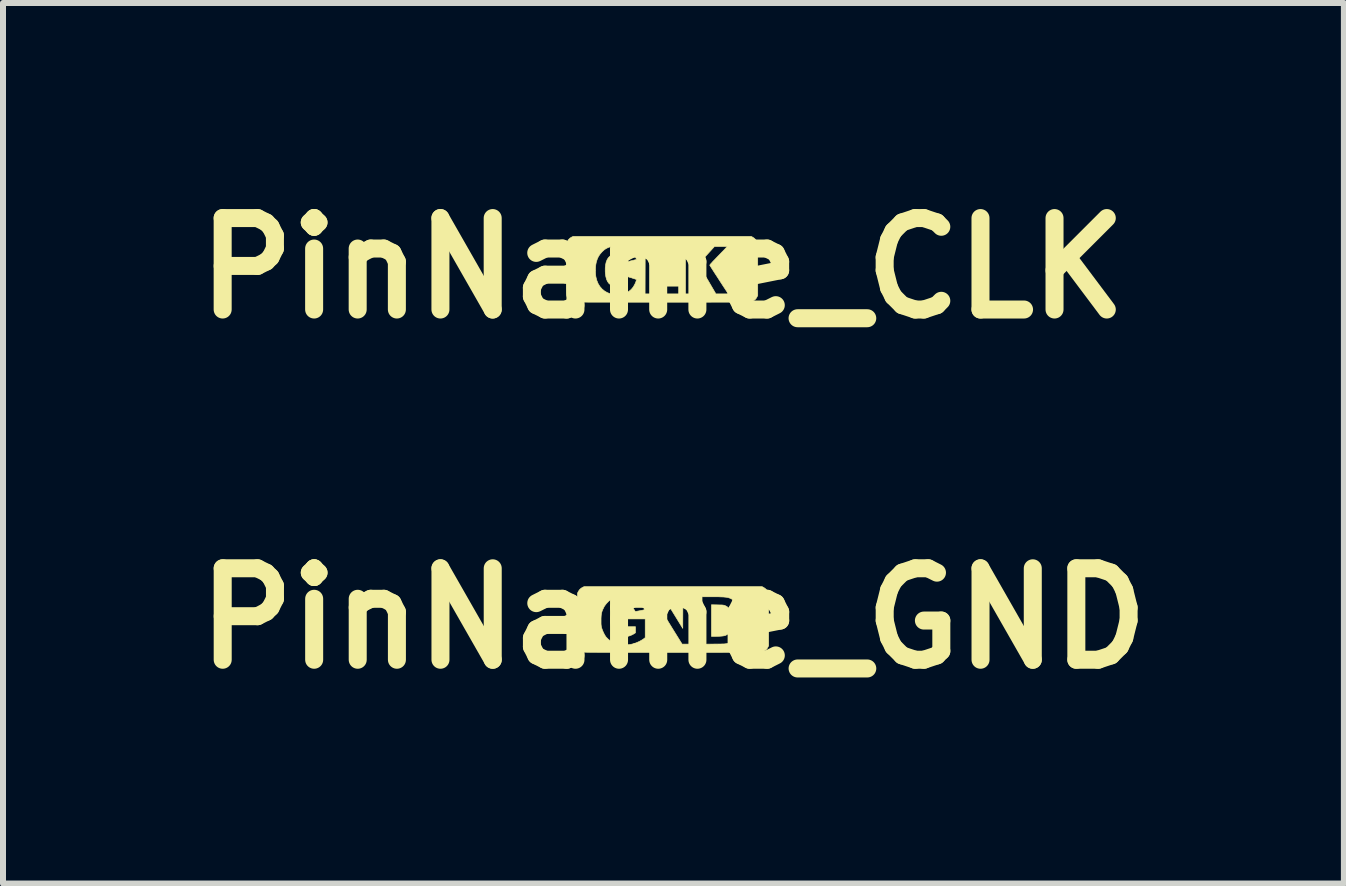
<source format=kicad_pcb>
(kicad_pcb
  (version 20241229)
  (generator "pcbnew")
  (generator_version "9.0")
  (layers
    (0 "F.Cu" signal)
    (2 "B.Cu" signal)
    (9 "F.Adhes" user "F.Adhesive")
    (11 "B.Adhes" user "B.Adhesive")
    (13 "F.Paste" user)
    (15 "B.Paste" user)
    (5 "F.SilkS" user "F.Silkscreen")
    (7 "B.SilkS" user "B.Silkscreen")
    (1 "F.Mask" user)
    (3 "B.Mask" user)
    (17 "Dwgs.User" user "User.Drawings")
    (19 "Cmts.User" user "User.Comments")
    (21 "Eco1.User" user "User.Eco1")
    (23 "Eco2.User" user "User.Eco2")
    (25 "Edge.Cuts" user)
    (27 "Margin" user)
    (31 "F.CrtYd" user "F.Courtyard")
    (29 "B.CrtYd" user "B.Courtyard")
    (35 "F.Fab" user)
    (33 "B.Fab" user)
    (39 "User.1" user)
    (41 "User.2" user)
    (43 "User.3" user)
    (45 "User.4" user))
  (footprint "PinName_GND"
    (layer "F.Cu")
    (at 8.172 7.254)
    (property "Reference" "PinName_GND" (at 0 0 0) (layer "F.SilkS") (effects (font (size 1.524 1.524) (thickness 0.3))))
    (attr through_hole)
    (fp_poly (pts (xy 0.733 -0.225) (xy 0.767 -0.224) (xy 0.793 -0.224) (xy 0.813 -0.223) (xy 0.828 -0.221) (xy 0.84 -0.219) (xy 0.85 -0.217) (xy 0.859 -0.213) (xy 0.891 -0.197) (xy 0.918 -0.173) (xy 0.939 -0.143) (xy 0.955 -0.106) (xy 0.957 -0.1) (xy 0.961 -0.082) (xy 0.965 -0.056) (xy 0.967 -0.025) (xy 0.969 0.009) (xy 0.97 0.044) (xy 0.969 0.078) (xy 0.968 0.108) (xy 0.965 0.134) (xy 0.964 0.141) (xy 0.955 0.18) (xy 0.944 0.212) (xy 0.93 0.237) (xy 0.912 0.256) (xy 0.89 0.272) (xy 0.88 0.277) (xy 0.866 0.284) (xy 0.852 0.288) (xy 0.837 0.291) (xy 0.817 0.294) (xy 0.796 0.296) (xy 0.767 0.298) (xy 0.734 0.299) (xy 0.702 0.3) (xy 0.687 0.3) (xy 0.633 0.3) (xy 0.633 -0.227) (xy 0.733 -0.225)) (stroke (width 0.01) (type solid)) (fill yes) (layer "F.SilkS"))
    (fp_poly (pts (xy 1.502 -0.516) (xy 1.531 -0.496) (xy 1.557 -0.469) (xy 1.573 -0.442) (xy 1.586 -0.418) (xy 1.586 0.455) (xy 1.575 0.477) (xy 1.566 0.493) (xy 1.557 0.508) (xy 1.552 0.514) (xy 1.537 0.528) (xy 1.516 0.543) (xy 1.493 0.555) (xy 1.475 0.563) (xy 1.471 0.563) (xy 1.463 0.564) (xy 1.45 0.564) (xy 1.432 0.565) (xy 1.41 0.565) (xy 1.382 0.565) (xy 1.349 0.566) (xy 1.31 0.566) (xy 1.265 0.566) (xy 1.214 0.567) (xy 1.156 0.567) (xy 1.092 0.567) (xy 1.022 0.567) (xy 0.944 0.567) (xy 0.858 0.567) (xy 0.766 0.568) (xy 0.665 0.568) (xy 0.557 0.568) (xy 0.44 0.568) (xy 0.315 0.568) (xy 0.181 0.568) (xy 0.038 0.568) (xy -0.012 0.568) (xy -0.15 0.568) (xy -0.279 0.568) (xy -0.4 0.568) (xy -0.512 0.568) (xy -0.616 0.568) (xy -0.713 0.568) (xy -0.802 0.568) (xy -0.884 0.567) (xy -0.959 0.567) (xy -1.028 0.567) (xy -1.09 0.567) (xy -1.147 0.567) (xy -1.198 0.567) (xy -1.243 0.567) (xy -1.284 0.566) (xy -1.32 0.566) (xy -1.352 0.566) (xy -1.379 0.566) (xy -1.403 0.565) (xy -1.423 0.565) (xy -1.44 0.565) (xy -1.455 0.564) (xy -1.466 0.564) (xy -1.476 0.563) (xy -1.483 0.562) (xy -1.489 0.562) (xy -1.494 0.561) (xy -1.497 0.56) (xy -1.5 0.56) (xy -1.502 0.559) (xy -1.503 0.559) (xy -1.537 0.542) (xy -1.563 0.52) (xy -1.575 0.505) (xy -1.579 0.498) (xy -1.583 0.491) (xy -1.587 0.485) (xy -1.59 0.479) (xy -1.593 0.471) (xy -1.595 0.462) (xy -1.597 0.45) (xy -1.598 0.436) (xy -1.6 0.418) (xy -1.601 0.396) (xy -1.601 0.369) (xy -1.602 0.338) (xy -1.602 0.3) (xy -1.602 0.257) (xy -1.602 0.206) (xy -1.602 0.148) (xy -1.602 0.081) (xy -1.601 0.03) (xy -1.207 0.03) (xy -1.207 0.062) (xy -1.207 0.087) (xy -1.206 0.106) (xy -1.204 0.122) (xy -1.202 0.136) (xy -1.199 0.151) (xy -1.197 0.157) (xy -1.187 0.187) (xy -1.174 0.219) (xy -1.159 0.251) (xy -1.143 0.281) (xy -1.127 0.305) (xy -1.121 0.313) (xy -1.083 0.351) (xy -1.039 0.383) (xy -0.988 0.409) (xy -0.932 0.428) (xy -0.883 0.439) (xy -0.855 0.441) (xy -0.821 0.442) (xy -0.784 0.441) (xy -0.748 0.438) (xy -0.714 0.433) (xy -0.688 0.428) (xy -0.626 0.409) (xy -0.568 0.384) (xy -0.517 0.355) (xy -0.493 0.338) (xy -0.471 0.321) (xy -0.471 0.009) (xy -0.817 0.009) (xy -0.817 0.139) (xy -0.633 0.139) (xy -0.633 0.24) (xy -0.657 0.256) (xy -0.687 0.273) (xy -0.723 0.288) (xy -0.761 0.3) (xy -0.791 0.306) (xy -0.815 0.308) (xy -0.834 0.308) (xy -0.854 0.305) (xy -0.865 0.303) (xy -0.898 0.295) (xy -0.924 0.284) (xy -0.948 0.269) (xy -0.972 0.248) (xy -0.975 0.245) (xy -0.998 0.219) (xy -1.016 0.191) (xy -1.029 0.16) (xy -1.039 0.124) (xy -1.044 0.082) (xy -1.047 0.048) (xy -1.046 -0.009) (xy -1.039 -0.06) (xy -1.026 -0.105) (xy -1.006 -0.145) (xy -0.98 -0.177) (xy -0.948 -0.203) (xy -0.911 -0.222) (xy -0.868 -0.234) (xy -0.856 -0.236) (xy -0.81 -0.238) (xy -0.769 -0.233) (xy -0.732 -0.22) (xy -0.699 -0.2) (xy -0.673 -0.173) (xy -0.655 -0.145) (xy -0.647 -0.131) (xy -0.639 -0.12) (xy -0.633 -0.116) (xy -0.633 -0.115) (xy -0.625 -0.116) (xy -0.61 -0.119) (xy -0.591 -0.122) (xy -0.569 -0.126) (xy -0.546 -0.13) (xy -0.525 -0.135) (xy -0.507 -0.138) (xy -0.494 -0.142) (xy -0.488 -0.143) (xy -0.488 -0.144) (xy -0.487 -0.149) (xy -0.489 -0.161) (xy -0.494 -0.176) (xy -0.514 -0.223) (xy -0.541 -0.264) (xy -0.575 -0.299) (xy -0.616 -0.327) (xy -0.662 -0.349) (xy -0.698 -0.36) (xy -0.323 -0.36) (xy -0.323 0.429) (xy -0.176 0.429) (xy -0.174 0.173) (xy -0.173 -0.084) (xy -0.015 0.173) (xy 0.144 0.429) (xy 0.305 0.429) (xy 0.305 -0.36) (xy 0.476 -0.36) (xy 0.476 0.43) (xy 0.671 0.428) (xy 0.719 0.428) (xy 0.759 0.427) (xy 0.791 0.427) (xy 0.817 0.426) (xy 0.838 0.426) (xy 0.855 0.425) (xy 0.868 0.423) (xy 0.879 0.422) (xy 0.889 0.42) (xy 0.898 0.418) (xy 0.902 0.417) (xy 0.952 0.398) (xy 0.996 0.373) (xy 1.035 0.341) (xy 1.067 0.302) (xy 1.093 0.256) (xy 1.113 0.203) (xy 1.127 0.144) (xy 1.134 0.078) (xy 1.135 0.069) (xy 1.135 0.000051) (xy 1.128 -0.064) (xy 1.115 -0.124) (xy 1.096 -0.177) (xy 1.07 -0.225) (xy 1.038 -0.267) (xy 1.001 -0.301) (xy 0.982 -0.315) (xy 0.965 -0.325) (xy 0.949 -0.333) (xy 0.931 -0.34) (xy 0.911 -0.346) (xy 0.888 -0.351) (xy 0.861 -0.354) (xy 0.829 -0.357) (xy 0.792 -0.358) (xy 0.748 -0.36) (xy 0.696 -0.36) (xy 0.648 -0.36) (xy 0.476 -0.36) (xy 0.305 -0.36) (xy 0.157 -0.36) (xy 0.156 -0.097) (xy 0.155 0.167) (xy -0.007 -0.097) (xy -0.168 -0.36) (xy -0.323 -0.36) (xy -0.698 -0.36) (xy -0.701 -0.361) (xy -0.731 -0.367) (xy -0.767 -0.37) (xy -0.806 -0.372) (xy -0.846 -0.372) (xy -0.884 -0.369) (xy -0.916 -0.365) (xy -0.926 -0.363) (xy -0.981 -0.346) (xy -1.031 -0.321) (xy -1.077 -0.289) (xy -1.116 -0.249) (xy -1.15 -0.204) (xy -1.166 -0.173) (xy -1.18 -0.144) (xy -1.19 -0.118) (xy -1.197 -0.094) (xy -1.202 -0.068) (xy -1.205 -0.038) (xy -1.207 -0.003) (xy -1.207 0.03) (xy -1.601 0.03) (xy -1.601 0.011) (xy -1.6 -0.418) (xy -1.588 -0.443) (xy -1.568 -0.475) (xy -1.541 -0.501) (xy -1.515 -0.517) (xy -1.489 -0.529) (xy 1.476 -0.529) (xy 1.502 -0.516)) (stroke (width 0.01) (type solid)) (fill yes) (layer "F.SilkS")))
  (footprint "PinName_CLK"
    (layer "F.Cu")
    (at 7.99 1.418)
    (property "Reference" "PinName_CLK" (at 0 0 0) (layer "F.SilkS") (effects (font (size 1.524 1.524) (thickness 0.3))))
    (attr through_hole)
    (fp_poly (pts (xy 1.502 -0.516) (xy 1.531 -0.496) (xy 1.557 -0.469) (xy 1.573 -0.442) (xy 1.586 -0.418) (xy 1.586 0.455) (xy 1.575 0.477) (xy 1.566 0.493) (xy 1.557 0.508) (xy 1.552 0.514) (xy 1.537 0.528) (xy 1.516 0.543) (xy 1.493 0.555) (xy 1.475 0.563) (xy 1.471 0.563) (xy 1.463 0.564) (xy 1.45 0.564) (xy 1.432 0.565) (xy 1.41 0.565) (xy 1.382 0.565) (xy 1.349 0.566) (xy 1.31 0.566) (xy 1.265 0.566) (xy 1.214 0.567) (xy 1.156 0.567) (xy 1.092 0.567) (xy 1.022 0.567) (xy 0.944 0.567) (xy 0.858 0.567) (xy 0.766 0.568) (xy 0.665 0.568) (xy 0.557 0.568) (xy 0.44 0.568) (xy 0.315 0.568) (xy 0.181 0.568) (xy 0.038 0.568) (xy -0.012 0.568) (xy -0.15 0.568) (xy -0.279 0.568) (xy -0.4 0.568) (xy -0.512 0.568) (xy -0.616 0.568) (xy -0.713 0.568) (xy -0.802 0.568) (xy -0.884 0.567) (xy -0.959 0.567) (xy -1.028 0.567) (xy -1.09 0.567) (xy -1.147 0.567) (xy -1.198 0.567) (xy -1.243 0.567) (xy -1.284 0.566) (xy -1.32 0.566) (xy -1.352 0.566) (xy -1.379 0.566) (xy -1.403 0.565) (xy -1.423 0.565) (xy -1.44 0.565) (xy -1.455 0.564) (xy -1.466 0.564) (xy -1.476 0.563) (xy -1.483 0.562) (xy -1.489 0.562) (xy -1.494 0.561) (xy -1.497 0.56) (xy -1.5 0.56) (xy -1.502 0.559) (xy -1.503 0.559) (xy -1.537 0.542) (xy -1.563 0.52) (xy -1.575 0.505) (xy -1.579 0.498) (xy -1.583 0.491) (xy -1.587 0.485) (xy -1.59 0.479) (xy -1.593 0.471) (xy -1.595 0.462) (xy -1.597 0.45) (xy -1.598 0.436) (xy -1.6 0.418) (xy -1.601 0.396) (xy -1.601 0.369) (xy -1.602 0.338) (xy -1.602 0.3) (xy -1.602 0.257) (xy -1.602 0.206) (xy -1.602 0.148) (xy -1.602 0.081) (xy -1.602 0.039) (xy -1.118 0.039) (xy -1.117 0.077) (xy -1.115 0.113) (xy -1.111 0.143) (xy -1.11 0.148) (xy -1.095 0.206) (xy -1.073 0.259) (xy -1.044 0.306) (xy -1.008 0.347) (xy -0.967 0.381) (xy -0.92 0.408) (xy -0.867 0.428) (xy -0.834 0.437) (xy -0.805 0.44) (xy -0.771 0.442) (xy -0.735 0.441) (xy -0.699 0.438) (xy -0.668 0.433) (xy -0.652 0.43) (xy -0.652 0.429) (xy -0.291 0.429) (xy 0.268 0.429) (xy 0.268 0.3) (xy -0.129 0.3) (xy -0.13 -0.027) (xy -0.132 -0.353) (xy -0.289 -0.353) (xy -0.291 0.429) (xy -0.652 0.429) (xy -0.602 0.411) (xy -0.559 0.386) (xy -0.521 0.354) (xy -0.489 0.315) (xy -0.467 0.277) (xy -0.455 0.253) (xy -0.446 0.231) (xy -0.44 0.212) (xy -0.436 0.198) (xy -0.437 0.19) (xy -0.437 0.189) (xy -0.443 0.187) (xy -0.455 0.182) (xy -0.473 0.176) (xy -0.493 0.17) (xy -0.515 0.162) (xy -0.537 0.156) (xy -0.556 0.15) (xy -0.571 0.145) (xy -0.58 0.143) (xy -0.581 0.143) (xy -0.585 0.147) (xy -0.59 0.158) (xy -0.594 0.167) (xy -0.611 0.21) (xy -0.634 0.245) (xy -0.661 0.272) (xy -0.692 0.292) (xy -0.726 0.304) (xy -0.764 0.308) (xy -0.794 0.305) (xy -0.833 0.294) (xy -0.866 0.277) (xy -0.894 0.254) (xy -0.916 0.224) (xy -0.933 0.187) (xy -0.945 0.142) (xy -0.953 0.09) (xy -0.955 0.057) (xy -0.955 -0.004) (xy -0.949 -0.057) (xy -0.939 -0.103) (xy -0.923 -0.142) (xy -0.902 -0.175) (xy -0.875 -0.201) (xy -0.842 -0.22) (xy -0.828 -0.227) (xy -0.8 -0.234) (xy -0.768 -0.237) (xy -0.736 -0.237) (xy -0.707 -0.232) (xy -0.699 -0.229) (xy -0.665 -0.213) (xy -0.637 -0.189) (xy -0.613 -0.159) (xy -0.598 -0.128) (xy -0.593 -0.115) (xy -0.588 -0.109) (xy -0.581 -0.108) (xy -0.58 -0.109) (xy -0.553 -0.115) (xy -0.525 -0.122) (xy -0.499 -0.128) (xy -0.476 -0.134) (xy -0.456 -0.139) (xy -0.443 -0.142) (xy -0.437 -0.144) (xy -0.436 -0.144) (xy -0.437 -0.149) (xy -0.44 -0.161) (xy -0.446 -0.176) (xy -0.453 -0.194) (xy -0.461 -0.212) (xy -0.465 -0.221) (xy -0.477 -0.24) (xy -0.494 -0.262) (xy -0.515 -0.284) (xy -0.537 -0.305) (xy -0.558 -0.322) (xy -0.57 -0.329) (xy -0.619 -0.351) (xy -0.651 -0.36) (xy 0.383 -0.36) (xy 0.383 0.429) (xy 0.54 0.429) (xy 0.54 0.192) (xy 0.606 0.126) (xy 0.629 0.103) (xy 0.647 0.086) (xy 0.66 0.074) (xy 0.668 0.068) (xy 0.674 0.065) (xy 0.677 0.066) (xy 0.68 0.071) (xy 0.687 0.084) (xy 0.698 0.102) (xy 0.712 0.127) (xy 0.729 0.155) (xy 0.748 0.188) (xy 0.769 0.223) (xy 0.785 0.251) (xy 0.889 0.429) (xy 0.992 0.429) (xy 1.096 0.429) (xy 1.089 0.419) (xy 1.048 0.356) (xy 1.009 0.297) (xy 0.972 0.24) (xy 0.938 0.187) (xy 0.907 0.139) (xy 0.878 0.095) (xy 0.853 0.056) (xy 0.832 0.023) (xy 0.814 -0.005) (xy 0.801 -0.026) (xy 0.792 -0.04) (xy 0.787 -0.047) (xy 0.787 -0.048) (xy 0.788 -0.052) (xy 0.794 -0.061) (xy 0.805 -0.074) (xy 0.821 -0.091) (xy 0.842 -0.115) (xy 0.87 -0.143) (xy 0.903 -0.178) (xy 0.906 -0.181) (xy 0.935 -0.211) (xy 0.962 -0.239) (xy 0.988 -0.266) (xy 1.011 -0.289) (xy 1.03 -0.309) (xy 1.044 -0.324) (xy 1.053 -0.334) (xy 1.077 -0.36) (xy 0.865 -0.36) (xy 0.707 -0.187) (xy 0.676 -0.153) (xy 0.647 -0.122) (xy 0.62 -0.093) (xy 0.596 -0.068) (xy 0.576 -0.047) (xy 0.561 -0.03) (xy 0.55 -0.019) (xy 0.545 -0.014) (xy 0.544 -0.014) (xy 0.543 -0.018) (xy 0.542 -0.031) (xy 0.542 -0.051) (xy 0.541 -0.077) (xy 0.541 -0.108) (xy 0.54 -0.144) (xy 0.54 -0.182) (xy 0.54 -0.187) (xy 0.54 -0.36) (xy 0.383 -0.36) (xy -0.651 -0.36) (xy -0.672 -0.366) (xy -0.728 -0.373) (xy -0.784 -0.372) (xy -0.84 -0.364) (xy -0.894 -0.348) (xy -0.93 -0.332) (xy -0.952 -0.319) (xy -0.973 -0.304) (xy -0.995 -0.284) (xy -1.007 -0.273) (xy -1.04 -0.235) (xy -1.067 -0.196) (xy -1.087 -0.153) (xy -1.103 -0.104) (xy -1.111 -0.065) (xy -1.115 -0.035) (xy -1.117 0.000483) (xy -1.118 0.039) (xy -1.602 0.039) (xy -1.601 0.011) (xy -1.6 -0.418) (xy -1.588 -0.443) (xy -1.568 -0.475) (xy -1.541 -0.501) (xy -1.515 -0.517) (xy -1.489 -0.529) (xy 1.476 -0.529) (xy 1.502 -0.516)) (stroke (width 0.01) (type solid)) (fill yes) (layer "F.SilkS")))
  (gr_rect
    (start -3 -3)
    (end 19.343 11.672)
    (stroke (width 0.1) (type default))
    (fill no)
    (layer "Edge.Cuts")))
</source>
